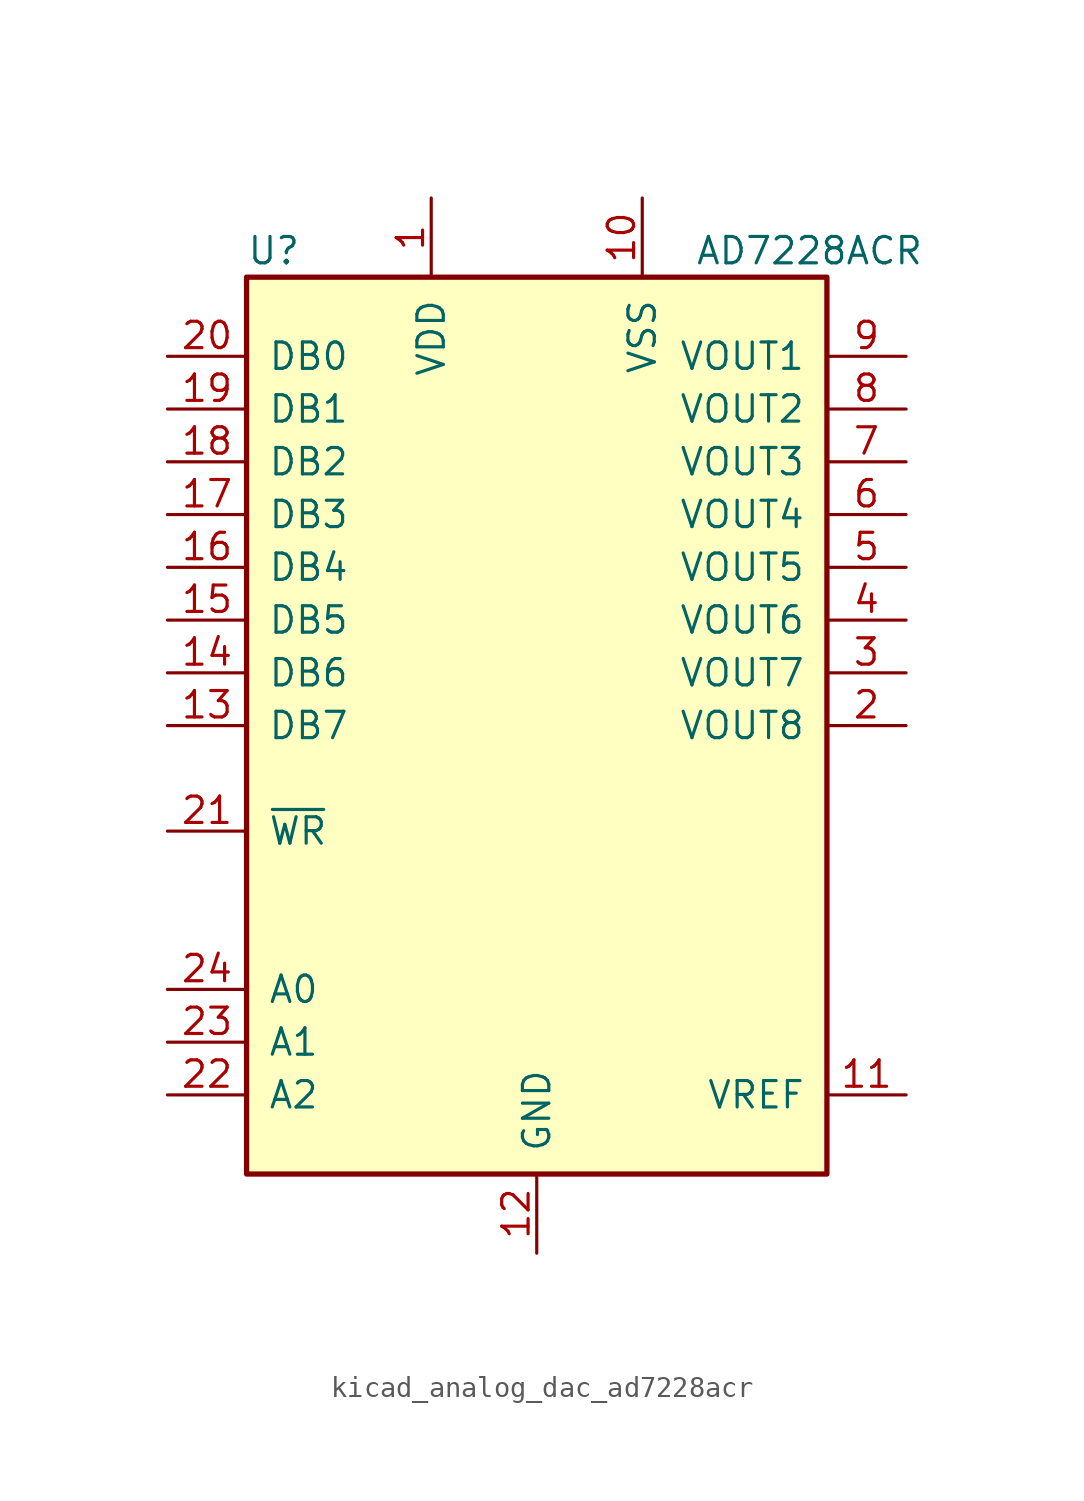
<source format=kicad_sym>
(kicad_symbol_lib
  (version 20220914)
  (generator kicad_symbol_editor)
  (symbol "kicad_analog_dac_ad7228acr"
    (pin_names
      (offset 1.016))
    (property "Reference" "U"
      (at -13.97 22.86 0)
      (effects (font (size 1.27 1.27)) (justify left)))
    (property "Value" "AD7228ACR"
      (at 7.62 22.86 0)
      (effects (font (size 1.27 1.27)) (justify left)))
    (symbol "kicad_analog_dac_ad7228acr_0_1"
      (rectangle (start -13.97 -21.59) (end 13.97 21.59) (stroke (width 0.254) (type default)) (fill (type background))))
    (symbol "kicad_analog_dac_ad7228acr_1_1"
      (pin power_in line (at -5.08 25.4 270) (length 3.81) (name "VDD" (effects (font (size 1.27 1.27)))) (number "1" (effects (font (size 1.27 1.27)))))
      (pin power_in line (at 5.08 25.4 270) (length 3.81) (name "VSS" (effects (font (size 1.27 1.27)))) (number "10" (effects (font (size 1.27 1.27)))))
      (pin passive line (at 17.78 -17.78 180) (length 3.81) (name "VREF" (effects (font (size 1.27 1.27)))) (number "11" (effects (font (size 1.27 1.27)))))
      (pin power_in line (at 0 -25.4 90) (length 3.81) (name "GND" (effects (font (size 1.27 1.27)))) (number "12" (effects (font (size 1.27 1.27)))))
      (pin input line (at -17.78 0 0) (length 3.81) (name "DB7" (effects (font (size 1.27 1.27)))) (number "13" (effects (font (size 1.27 1.27)))))
      (pin input line (at -17.78 2.54 0) (length 3.81) (name "DB6" (effects (font (size 1.27 1.27)))) (number "14" (effects (font (size 1.27 1.27)))))
      (pin input line (at -17.78 5.08 0) (length 3.81) (name "DB5" (effects (font (size 1.27 1.27)))) (number "15" (effects (font (size 1.27 1.27)))))
      (pin input line (at -17.78 7.62 0) (length 3.81) (name "DB4" (effects (font (size 1.27 1.27)))) (number "16" (effects (font (size 1.27 1.27)))))
      (pin input line (at -17.78 10.16 0) (length 3.81) (name "DB3" (effects (font (size 1.27 1.27)))) (number "17" (effects (font (size 1.27 1.27)))))
      (pin input line (at -17.78 12.7 0) (length 3.81) (name "DB2" (effects (font (size 1.27 1.27)))) (number "18" (effects (font (size 1.27 1.27)))))
      (pin input line (at -17.78 15.24 0) (length 3.81) (name "DB1" (effects (font (size 1.27 1.27)))) (number "19" (effects (font (size 1.27 1.27)))))
      (pin output line (at 17.78 0 180) (length 3.81) (name "VOUT8" (effects (font (size 1.27 1.27)))) (number "2" (effects (font (size 1.27 1.27)))))
      (pin input line (at -17.78 17.78 0) (length 3.81) (name "DB0" (effects (font (size 1.27 1.27)))) (number "20" (effects (font (size 1.27 1.27)))))
      (pin input line (at -17.78 -5.08 0) (length 3.81) (name "~{WR}" (effects (font (size 1.27 1.27)))) (number "21" (effects (font (size 1.27 1.27)))))
      (pin input line (at -17.78 -17.78 0) (length 3.81) (name "A2" (effects (font (size 1.27 1.27)))) (number "22" (effects (font (size 1.27 1.27)))))
      (pin input line (at -17.78 -15.24 0) (length 3.81) (name "A1" (effects (font (size 1.27 1.27)))) (number "23" (effects (font (size 1.27 1.27)))))
      (pin input line (at -17.78 -12.7 0) (length 3.81) (name "A0" (effects (font (size 1.27 1.27)))) (number "24" (effects (font (size 1.27 1.27)))))
      (pin output line (at 17.78 2.54 180) (length 3.81) (name "VOUT7" (effects (font (size 1.27 1.27)))) (number "3" (effects (font (size 1.27 1.27)))))
      (pin output line (at 17.78 5.08 180) (length 3.81) (name "VOUT6" (effects (font (size 1.27 1.27)))) (number "4" (effects (font (size 1.27 1.27)))))
      (pin output line (at 17.78 7.62 180) (length 3.81) (name "VOUT5" (effects (font (size 1.27 1.27)))) (number "5" (effects (font (size 1.27 1.27)))))
      (pin output line (at 17.78 10.16 180) (length 3.81) (name "VOUT4" (effects (font (size 1.27 1.27)))) (number "6" (effects (font (size 1.27 1.27)))))
      (pin output line (at 17.78 12.7 180) (length 3.81) (name "VOUT3" (effects (font (size 1.27 1.27)))) (number "7" (effects (font (size 1.27 1.27)))))
      (pin output line (at 17.78 15.24 180) (length 3.81) (name "VOUT2" (effects (font (size 1.27 1.27)))) (number "8" (effects (font (size 1.27 1.27)))))
      (pin output line (at 17.78 17.78 180) (length 3.81) (name "VOUT1" (effects (font (size 1.27 1.27)))) (number "9" (effects (font (size 1.27 1.27))))))))
</source>
